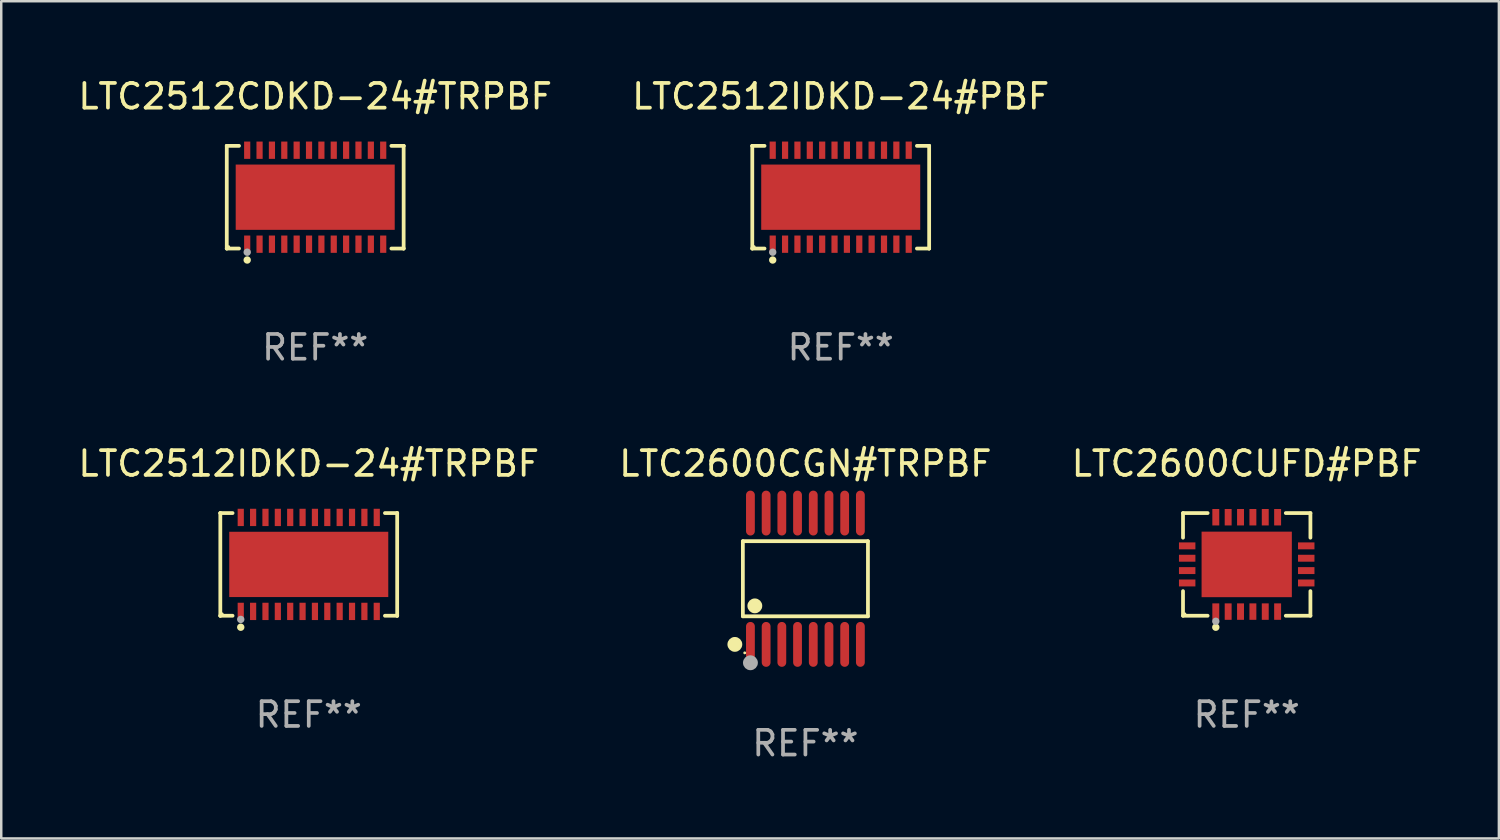
<source format=kicad_pcb>
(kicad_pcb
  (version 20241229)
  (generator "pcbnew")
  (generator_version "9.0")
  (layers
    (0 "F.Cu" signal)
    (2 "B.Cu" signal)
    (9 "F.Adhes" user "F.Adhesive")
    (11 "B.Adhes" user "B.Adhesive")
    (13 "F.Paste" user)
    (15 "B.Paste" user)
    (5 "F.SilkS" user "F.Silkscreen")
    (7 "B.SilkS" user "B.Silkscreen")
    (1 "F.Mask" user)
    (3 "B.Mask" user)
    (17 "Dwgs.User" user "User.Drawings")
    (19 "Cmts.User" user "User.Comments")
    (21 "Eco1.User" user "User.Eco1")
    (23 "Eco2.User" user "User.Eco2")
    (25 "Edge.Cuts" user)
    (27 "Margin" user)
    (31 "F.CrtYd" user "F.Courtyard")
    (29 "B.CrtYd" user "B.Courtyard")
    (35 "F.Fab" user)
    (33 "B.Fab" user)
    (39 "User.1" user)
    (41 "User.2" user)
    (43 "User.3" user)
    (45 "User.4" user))
  (footprint "LTC2600CUFD#PBF"
    (layer "F.Cu")
    (at 47.363 19.773)
    (property "Reference" "LTC2600CUFD#PBF" (at 0 -4.076 0) (layer "F.SilkS") (effects (font (size 1 1) (thickness 0.15))))
    (attr through_hole)
    (fp_line (start -2.576 -2.076) (end -1.58 -2.076) (stroke (width 0.152) (type solid)) (layer "F.SilkS"))
    (fp_line (start -2.576 -1.08) (end -2.576 -2.076) (stroke (width 0.152) (type solid)) (layer "F.SilkS"))
    (fp_line (start -2.576 1.08) (end -2.576 2.076) (stroke (width 0.152) (type solid)) (layer "F.SilkS"))
    (fp_line (start -2.576 2.076) (end -1.58 2.076) (stroke (width 0.152) (type solid)) (layer "F.SilkS"))
    (fp_line (start 2.576 -2.076) (end 1.58 -2.076) (stroke (width 0.152) (type solid)) (layer "F.SilkS"))
    (fp_line (start 2.576 -1.08) (end 2.576 -2.076) (stroke (width 0.152) (type solid)) (layer "F.SilkS"))
    (fp_line (start 2.576 1.08) (end 2.576 2.076) (stroke (width 0.152) (type solid)) (layer "F.SilkS"))
    (fp_line (start 2.576 2.076) (end 1.58 2.076) (stroke (width 0.152) (type solid)) (layer "F.SilkS"))
    (fp_circle (center -2.5 2) (end -2.47 2) (stroke (width 0.06) (type solid)) (fill no) (layer "F.SilkS"))
    (fp_circle (center -1.25 2.54) (end -1.175 2.54) (stroke (width 0.15) (type solid)) (fill no) (layer "F.SilkS"))
    (fp_circle (center -1.25 2.3) (end -1.175 2.3) (stroke (width 0.15) (type solid)) (fill no) (layer "F.Fab"))
    (fp_text user "REF**" (at 0 6.076 0) (layer "F.Fab") (effects (font (size 1 1) (thickness 0.15))))
    (pad "1" smd rect (at -1.25 1.908) (size 0.28 0.665) (layers "F.Cu" "F.Mask" "F.Paste"))
    (pad "2" smd rect (at -0.75 1.908) (size 0.28 0.665) (layers "F.Cu" "F.Mask" "F.Paste"))
    (pad "3" smd rect (at -0.25 1.908) (size 0.28 0.665) (layers "F.Cu" "F.Mask" "F.Paste"))
    (pad "4" smd rect (at 0.25 1.908) (size 0.28 0.665) (layers "F.Cu" "F.Mask" "F.Paste"))
    (pad "5" smd rect (at 0.75 1.908) (size 0.28 0.665) (layers "F.Cu" "F.Mask" "F.Paste"))
    (pad "6" smd rect (at 1.25 1.908) (size 0.28 0.665) (layers "F.Cu" "F.Mask" "F.Paste"))
    (pad "7" smd rect (at 2.407 0.75) (size 0.665 0.28) (layers "F.Cu" "F.Mask" "F.Paste"))
    (pad "8" smd rect (at 2.407 0.25) (size 0.665 0.28) (layers "F.Cu" "F.Mask" "F.Paste"))
    (pad "9" smd rect (at 2.407 -0.25) (size 0.665 0.28) (layers "F.Cu" "F.Mask" "F.Paste"))
    (pad "10" smd rect (at 2.407 -0.75) (size 0.665 0.28) (layers "F.Cu" "F.Mask" "F.Paste"))
    (pad "11" smd rect (at 1.25 -1.908) (size 0.28 0.665) (layers "F.Cu" "F.Mask" "F.Paste"))
    (pad "12" smd rect (at 0.75 -1.908) (size 0.28 0.665) (layers "F.Cu" "F.Mask" "F.Paste"))
    (pad "13" smd rect (at 0.25 -1.908) (size 0.28 0.665) (layers "F.Cu" "F.Mask" "F.Paste"))
    (pad "14" smd rect (at -0.25 -1.908) (size 0.28 0.665) (layers "F.Cu" "F.Mask" "F.Paste"))
    (pad "15" smd rect (at -0.75 -1.908) (size 0.28 0.665) (layers "F.Cu" "F.Mask" "F.Paste"))
    (pad "16" smd rect (at -1.25 -1.908) (size 0.28 0.665) (layers "F.Cu" "F.Mask" "F.Paste"))
    (pad "17" smd rect (at -2.407 -0.75) (size 0.665 0.28) (layers "F.Cu" "F.Mask" "F.Paste"))
    (pad "18" smd rect (at -2.407 -0.25) (size 0.665 0.28) (layers "F.Cu" "F.Mask" "F.Paste"))
    (pad "19" smd rect (at -2.407 0.25) (size 0.665 0.28) (layers "F.Cu" "F.Mask" "F.Paste"))
    (pad "20" smd rect (at -2.407 0.75) (size 0.665 0.28) (layers "F.Cu" "F.Mask" "F.Paste"))
    (pad "21" smd rect (at 0 0) (size 3.65 2.65) (layers "F.Cu" "F.Mask" "F.Paste")))
  (footprint "LTC2512CDKD-24#TRPBF"
    (layer "F.Cu")
    (at 9.696 4.924)
    (property "Reference" "LTC2512CDKD-24#TRPBF" (at 0 -4.076 0) (layer "F.SilkS") (effects (font (size 1 1) (thickness 0.15))))
    (attr through_hole)
    (fp_line (start -3.576 -2.076) (end -3.576 -2.076) (stroke (width 0.152) (type solid)) (layer "F.SilkS"))
    (fp_line (start -3.576 -2.076) (end -3.081 -2.076) (stroke (width 0.152) (type solid)) (layer "F.SilkS"))
    (fp_line (start -3.576 2.076) (end -3.576 -2.076) (stroke (width 0.152) (type solid)) (layer "F.SilkS"))
    (fp_line (start -3.576 2.076) (end -3.576 2.076) (stroke (width 0.152) (type solid)) (layer "F.SilkS"))
    (fp_line (start -3.081 2.076) (end -3.576 2.076) (stroke (width 0.152) (type solid)) (layer "F.SilkS"))
    (fp_line (start 3.081 2.076) (end 3.576 2.076) (stroke (width 0.152) (type solid)) (layer "F.SilkS"))
    (fp_line (start 3.576 -2.076) (end 3.081 -2.076) (stroke (width 0.152) (type solid)) (layer "F.SilkS"))
    (fp_line (start 3.576 -2.076) (end 3.576 -2.076) (stroke (width 0.152) (type solid)) (layer "F.SilkS"))
    (fp_line (start 3.576 2.076) (end 3.576 -2.076) (stroke (width 0.152) (type solid)) (layer "F.SilkS"))
    (fp_line (start 3.576 2.076) (end 3.576 2.076) (stroke (width 0.152) (type solid)) (layer "F.SilkS"))
    (fp_circle (center -3.5 2) (end -3.47 2) (stroke (width 0.06) (type solid)) (fill no) (layer "F.SilkS"))
    (fp_circle (center -2.75 2.54) (end -2.675 2.54) (stroke (width 0.15) (type solid)) (fill no) (layer "F.SilkS"))
    (fp_circle (center -2.75 2.224) (end -2.675 2.224) (stroke (width 0.15) (type solid)) (fill no) (layer "F.Fab"))
    (fp_text user "REF**" (at 0 6.076 0) (layer "F.Fab") (effects (font (size 1 1) (thickness 0.15))))
    (pad "1" smd rect (at -2.75 1.9) (size 0.25 0.7) (layers "F.Cu" "F.Mask" "F.Paste"))
    (pad "2" smd rect (at -2.25 1.9) (size 0.25 0.7) (layers "F.Cu" "F.Mask" "F.Paste"))
    (pad "3" smd rect (at -1.75 1.9) (size 0.25 0.7) (layers "F.Cu" "F.Mask" "F.Paste"))
    (pad "4" smd rect (at -1.25 1.9) (size 0.25 0.7) (layers "F.Cu" "F.Mask" "F.Paste"))
    (pad "5" smd rect (at -0.75 1.9) (size 0.25 0.7) (layers "F.Cu" "F.Mask" "F.Paste"))
    (pad "6" smd rect (at -0.25 1.9) (size 0.25 0.7) (layers "F.Cu" "F.Mask" "F.Paste"))
    (pad "7" smd rect (at 0.25 1.9) (size 0.25 0.7) (layers "F.Cu" "F.Mask" "F.Paste"))
    (pad "8" smd rect (at 0.75 1.9) (size 0.25 0.7) (layers "F.Cu" "F.Mask" "F.Paste"))
    (pad "9" smd rect (at 1.25 1.9) (size 0.25 0.7) (layers "F.Cu" "F.Mask" "F.Paste"))
    (pad "10" smd rect (at 1.75 1.9) (size 0.25 0.7) (layers "F.Cu" "F.Mask" "F.Paste"))
    (pad "11" smd rect (at 2.25 1.9) (size 0.25 0.7) (layers "F.Cu" "F.Mask" "F.Paste"))
    (pad "12" smd rect (at 2.75 1.9) (size 0.25 0.7) (layers "F.Cu" "F.Mask" "F.Paste"))
    (pad "13" smd rect (at 2.75 -1.9) (size 0.25 0.7) (layers "F.Cu" "F.Mask" "F.Paste"))
    (pad "14" smd rect (at 2.25 -1.9) (size 0.25 0.7) (layers "F.Cu" "F.Mask" "F.Paste"))
    (pad "15" smd rect (at 1.75 -1.9) (size 0.25 0.7) (layers "F.Cu" "F.Mask" "F.Paste"))
    (pad "16" smd rect (at 1.25 -1.9) (size 0.25 0.7) (layers "F.Cu" "F.Mask" "F.Paste"))
    (pad "17" smd rect (at 0.75 -1.9) (size 0.25 0.7) (layers "F.Cu" "F.Mask" "F.Paste"))
    (pad "18" smd rect (at 0.25 -1.9) (size 0.25 0.7) (layers "F.Cu" "F.Mask" "F.Paste"))
    (pad "19" smd rect (at -0.25 -1.9) (size 0.25 0.7) (layers "F.Cu" "F.Mask" "F.Paste"))
    (pad "20" smd rect (at -0.75 -1.9) (size 0.25 0.7) (layers "F.Cu" "F.Mask" "F.Paste"))
    (pad "21" smd rect (at -1.25 -1.9) (size 0.25 0.7) (layers "F.Cu" "F.Mask" "F.Paste"))
    (pad "22" smd rect (at -1.75 -1.9) (size 0.25 0.7) (layers "F.Cu" "F.Mask" "F.Paste"))
    (pad "23" smd rect (at -2.25 -1.9) (size 0.25 0.7) (layers "F.Cu" "F.Mask" "F.Paste"))
    (pad "24" smd rect (at -2.75 -1.9) (size 0.25 0.7) (layers "F.Cu" "F.Mask" "F.Paste"))
    (pad "25" smd rect (at 0 0) (size 6.43 2.64) (layers "F.Cu" "F.Mask" "F.Paste")))
  (footprint "LTC2512IDKD-24#PBF"
    (layer "F.Cu")
    (at 30.946 4.924)
    (property "Reference" "LTC2512IDKD-24#PBF" (at 0 -4.076 0) (layer "F.SilkS") (effects (font (size 1 1) (thickness 0.15))))
    (attr through_hole)
    (fp_line (start -3.576 -2.076) (end -3.576 -2.076) (stroke (width 0.152) (type solid)) (layer "F.SilkS"))
    (fp_line (start -3.576 -2.076) (end -3.081 -2.076) (stroke (width 0.152) (type solid)) (layer "F.SilkS"))
    (fp_line (start -3.576 2.076) (end -3.576 -2.076) (stroke (width 0.152) (type solid)) (layer "F.SilkS"))
    (fp_line (start -3.576 2.076) (end -3.576 2.076) (stroke (width 0.152) (type solid)) (layer "F.SilkS"))
    (fp_line (start -3.081 2.076) (end -3.576 2.076) (stroke (width 0.152) (type solid)) (layer "F.SilkS"))
    (fp_line (start 3.081 2.076) (end 3.576 2.076) (stroke (width 0.152) (type solid)) (layer "F.SilkS"))
    (fp_line (start 3.576 -2.076) (end 3.081 -2.076) (stroke (width 0.152) (type solid)) (layer "F.SilkS"))
    (fp_line (start 3.576 -2.076) (end 3.576 -2.076) (stroke (width 0.152) (type solid)) (layer "F.SilkS"))
    (fp_line (start 3.576 2.076) (end 3.576 -2.076) (stroke (width 0.152) (type solid)) (layer "F.SilkS"))
    (fp_line (start 3.576 2.076) (end 3.576 2.076) (stroke (width 0.152) (type solid)) (layer "F.SilkS"))
    (fp_circle (center -3.5 2) (end -3.47 2) (stroke (width 0.06) (type solid)) (fill no) (layer "F.SilkS"))
    (fp_circle (center -2.75 2.54) (end -2.675 2.54) (stroke (width 0.15) (type solid)) (fill no) (layer "F.SilkS"))
    (fp_circle (center -2.75 2.224) (end -2.675 2.224) (stroke (width 0.15) (type solid)) (fill no) (layer "F.Fab"))
    (fp_text user "REF**" (at 0 6.076 0) (layer "F.Fab") (effects (font (size 1 1) (thickness 0.15))))
    (pad "1" smd rect (at -2.75 1.9) (size 0.25 0.7) (layers "F.Cu" "F.Mask" "F.Paste"))
    (pad "2" smd rect (at -2.25 1.9) (size 0.25 0.7) (layers "F.Cu" "F.Mask" "F.Paste"))
    (pad "3" smd rect (at -1.75 1.9) (size 0.25 0.7) (layers "F.Cu" "F.Mask" "F.Paste"))
    (pad "4" smd rect (at -1.25 1.9) (size 0.25 0.7) (layers "F.Cu" "F.Mask" "F.Paste"))
    (pad "5" smd rect (at -0.75 1.9) (size 0.25 0.7) (layers "F.Cu" "F.Mask" "F.Paste"))
    (pad "6" smd rect (at -0.25 1.9) (size 0.25 0.7) (layers "F.Cu" "F.Mask" "F.Paste"))
    (pad "7" smd rect (at 0.25 1.9) (size 0.25 0.7) (layers "F.Cu" "F.Mask" "F.Paste"))
    (pad "8" smd rect (at 0.75 1.9) (size 0.25 0.7) (layers "F.Cu" "F.Mask" "F.Paste"))
    (pad "9" smd rect (at 1.25 1.9) (size 0.25 0.7) (layers "F.Cu" "F.Mask" "F.Paste"))
    (pad "10" smd rect (at 1.75 1.9) (size 0.25 0.7) (layers "F.Cu" "F.Mask" "F.Paste"))
    (pad "11" smd rect (at 2.25 1.9) (size 0.25 0.7) (layers "F.Cu" "F.Mask" "F.Paste"))
    (pad "12" smd rect (at 2.75 1.9) (size 0.25 0.7) (layers "F.Cu" "F.Mask" "F.Paste"))
    (pad "13" smd rect (at 2.75 -1.9) (size 0.25 0.7) (layers "F.Cu" "F.Mask" "F.Paste"))
    (pad "14" smd rect (at 2.25 -1.9) (size 0.25 0.7) (layers "F.Cu" "F.Mask" "F.Paste"))
    (pad "15" smd rect (at 1.75 -1.9) (size 0.25 0.7) (layers "F.Cu" "F.Mask" "F.Paste"))
    (pad "16" smd rect (at 1.25 -1.9) (size 0.25 0.7) (layers "F.Cu" "F.Mask" "F.Paste"))
    (pad "17" smd rect (at 0.75 -1.9) (size 0.25 0.7) (layers "F.Cu" "F.Mask" "F.Paste"))
    (pad "18" smd rect (at 0.25 -1.9) (size 0.25 0.7) (layers "F.Cu" "F.Mask" "F.Paste"))
    (pad "19" smd rect (at -0.25 -1.9) (size 0.25 0.7) (layers "F.Cu" "F.Mask" "F.Paste"))
    (pad "20" smd rect (at -0.75 -1.9) (size 0.25 0.7) (layers "F.Cu" "F.Mask" "F.Paste"))
    (pad "21" smd rect (at -1.25 -1.9) (size 0.25 0.7) (layers "F.Cu" "F.Mask" "F.Paste"))
    (pad "22" smd rect (at -1.75 -1.9) (size 0.25 0.7) (layers "F.Cu" "F.Mask" "F.Paste"))
    (pad "23" smd rect (at -2.25 -1.9) (size 0.25 0.7) (layers "F.Cu" "F.Mask" "F.Paste"))
    (pad "24" smd rect (at -2.75 -1.9) (size 0.25 0.7) (layers "F.Cu" "F.Mask" "F.Paste"))
    (pad "25" smd rect (at 0 0) (size 6.43 2.64) (layers "F.Cu" "F.Mask" "F.Paste")))
  (footprint "LTC2512IDKD-24#TRPBF"
    (layer "F.Cu")
    (at 9.435 19.773)
    (property "Reference" "LTC2512IDKD-24#TRPBF" (at 0 -4.076 0) (layer "F.SilkS") (effects (font (size 1 1) (thickness 0.15))))
    (attr through_hole)
    (fp_line (start -3.576 -2.076) (end -3.576 -2.076) (stroke (width 0.152) (type solid)) (layer "F.SilkS"))
    (fp_line (start -3.576 -2.076) (end -3.081 -2.076) (stroke (width 0.152) (type solid)) (layer "F.SilkS"))
    (fp_line (start -3.576 2.076) (end -3.576 -2.076) (stroke (width 0.152) (type solid)) (layer "F.SilkS"))
    (fp_line (start -3.576 2.076) (end -3.576 2.076) (stroke (width 0.152) (type solid)) (layer "F.SilkS"))
    (fp_line (start -3.081 2.076) (end -3.576 2.076) (stroke (width 0.152) (type solid)) (layer "F.SilkS"))
    (fp_line (start 3.081 2.076) (end 3.576 2.076) (stroke (width 0.152) (type solid)) (layer "F.SilkS"))
    (fp_line (start 3.576 -2.076) (end 3.081 -2.076) (stroke (width 0.152) (type solid)) (layer "F.SilkS"))
    (fp_line (start 3.576 -2.076) (end 3.576 -2.076) (stroke (width 0.152) (type solid)) (layer "F.SilkS"))
    (fp_line (start 3.576 2.076) (end 3.576 -2.076) (stroke (width 0.152) (type solid)) (layer "F.SilkS"))
    (fp_line (start 3.576 2.076) (end 3.576 2.076) (stroke (width 0.152) (type solid)) (layer "F.SilkS"))
    (fp_circle (center -3.5 2) (end -3.47 2) (stroke (width 0.06) (type solid)) (fill no) (layer "F.SilkS"))
    (fp_circle (center -2.75 2.54) (end -2.675 2.54) (stroke (width 0.15) (type solid)) (fill no) (layer "F.SilkS"))
    (fp_circle (center -2.75 2.224) (end -2.675 2.224) (stroke (width 0.15) (type solid)) (fill no) (layer "F.Fab"))
    (fp_text user "REF**" (at 0 6.076 0) (layer "F.Fab") (effects (font (size 1 1) (thickness 0.15))))
    (pad "1" smd rect (at -2.75 1.9) (size 0.25 0.7) (layers "F.Cu" "F.Mask" "F.Paste"))
    (pad "2" smd rect (at -2.25 1.9) (size 0.25 0.7) (layers "F.Cu" "F.Mask" "F.Paste"))
    (pad "3" smd rect (at -1.75 1.9) (size 0.25 0.7) (layers "F.Cu" "F.Mask" "F.Paste"))
    (pad "4" smd rect (at -1.25 1.9) (size 0.25 0.7) (layers "F.Cu" "F.Mask" "F.Paste"))
    (pad "5" smd rect (at -0.75 1.9) (size 0.25 0.7) (layers "F.Cu" "F.Mask" "F.Paste"))
    (pad "6" smd rect (at -0.25 1.9) (size 0.25 0.7) (layers "F.Cu" "F.Mask" "F.Paste"))
    (pad "7" smd rect (at 0.25 1.9) (size 0.25 0.7) (layers "F.Cu" "F.Mask" "F.Paste"))
    (pad "8" smd rect (at 0.75 1.9) (size 0.25 0.7) (layers "F.Cu" "F.Mask" "F.Paste"))
    (pad "9" smd rect (at 1.25 1.9) (size 0.25 0.7) (layers "F.Cu" "F.Mask" "F.Paste"))
    (pad "10" smd rect (at 1.75 1.9) (size 0.25 0.7) (layers "F.Cu" "F.Mask" "F.Paste"))
    (pad "11" smd rect (at 2.25 1.9) (size 0.25 0.7) (layers "F.Cu" "F.Mask" "F.Paste"))
    (pad "12" smd rect (at 2.75 1.9) (size 0.25 0.7) (layers "F.Cu" "F.Mask" "F.Paste"))
    (pad "13" smd rect (at 2.75 -1.9) (size 0.25 0.7) (layers "F.Cu" "F.Mask" "F.Paste"))
    (pad "14" smd rect (at 2.25 -1.9) (size 0.25 0.7) (layers "F.Cu" "F.Mask" "F.Paste"))
    (pad "15" smd rect (at 1.75 -1.9) (size 0.25 0.7) (layers "F.Cu" "F.Mask" "F.Paste"))
    (pad "16" smd rect (at 1.25 -1.9) (size 0.25 0.7) (layers "F.Cu" "F.Mask" "F.Paste"))
    (pad "17" smd rect (at 0.75 -1.9) (size 0.25 0.7) (layers "F.Cu" "F.Mask" "F.Paste"))
    (pad "18" smd rect (at 0.25 -1.9) (size 0.25 0.7) (layers "F.Cu" "F.Mask" "F.Paste"))
    (pad "19" smd rect (at -0.25 -1.9) (size 0.25 0.7) (layers "F.Cu" "F.Mask" "F.Paste"))
    (pad "20" smd rect (at -0.75 -1.9) (size 0.25 0.7) (layers "F.Cu" "F.Mask" "F.Paste"))
    (pad "21" smd rect (at -1.25 -1.9) (size 0.25 0.7) (layers "F.Cu" "F.Mask" "F.Paste"))
    (pad "22" smd rect (at -1.75 -1.9) (size 0.25 0.7) (layers "F.Cu" "F.Mask" "F.Paste"))
    (pad "23" smd rect (at -2.25 -1.9) (size 0.25 0.7) (layers "F.Cu" "F.Mask" "F.Paste"))
    (pad "24" smd rect (at -2.75 -1.9) (size 0.25 0.7) (layers "F.Cu" "F.Mask" "F.Paste"))
    (pad "25" smd rect (at 0 0) (size 6.43 2.64) (layers "F.Cu" "F.Mask" "F.Paste")))
  (footprint "LTC2600CGN#TRPBF"
    (layer "F.Cu")
    (at 29.518 20.352)
    (property "Reference" "LTC2600CGN#TRPBF" (at 0 -4.655 0) (layer "F.SilkS") (effects (font (size 1 1) (thickness 0.15))))
    (attr through_hole)
    (fp_line (start -2.529 -1.519) (end 2.529 -1.519) (stroke (width 0.152) (type solid)) (layer "F.SilkS"))
    (fp_line (start -2.529 1.519) (end -2.529 -1.519) (stroke (width 0.152) (type solid)) (layer "F.SilkS"))
    (fp_line (start 2.529 -1.519) (end 2.529 1.519) (stroke (width 0.152) (type solid)) (layer "F.SilkS"))
    (fp_line (start 2.529 1.519) (end -2.529 1.519) (stroke (width 0.152) (type solid)) (layer "F.SilkS"))
    (fp_circle (center -2.853 2.655) (end -2.703 2.655) (stroke (width 0.3) (type solid)) (fill no) (layer "F.SilkS"))
    (fp_circle (center -2.453 2.998) (end -2.423 2.998) (stroke (width 0.06) (type solid)) (fill no) (layer "F.SilkS"))
    (fp_circle (center -2.045 1.097) (end -1.895 1.097) (stroke (width 0.3) (type solid)) (fill no) (layer "F.SilkS"))
    (fp_circle (center -2.223 3.398) (end -2.072 3.398) (stroke (width 0.3) (type solid)) (fill no) (layer "F.Fab"))
    (fp_text user "REF**" (at 0 6.655 0) (layer "F.Fab") (effects (font (size 1 1) (thickness 0.15))))
    (pad "1" smd oval (at -2.223 2.655) (size 0.356 1.815) (layers "F.Cu" "F.Mask" "F.Paste"))
    (pad "2" smd oval (at -1.588 2.655) (size 0.356 1.815) (layers "F.Cu" "F.Mask" "F.Paste"))
    (pad "3" smd oval (at -0.953 2.655) (size 0.356 1.815) (layers "F.Cu" "F.Mask" "F.Paste"))
    (pad "4" smd oval (at -0.318 2.655) (size 0.356 1.815) (layers "F.Cu" "F.Mask" "F.Paste"))
    (pad "5" smd oval (at 0.318 2.655) (size 0.356 1.815) (layers "F.Cu" "F.Mask" "F.Paste"))
    (pad "6" smd oval (at 0.953 2.655) (size 0.356 1.815) (layers "F.Cu" "F.Mask" "F.Paste"))
    (pad "7" smd oval (at 1.588 2.655) (size 0.356 1.815) (layers "F.Cu" "F.Mask" "F.Paste"))
    (pad "8" smd oval (at 2.223 2.655) (size 0.356 1.815) (layers "F.Cu" "F.Mask" "F.Paste"))
    (pad "9" smd oval (at 2.223 -2.655) (size 0.356 1.815) (layers "F.Cu" "F.Mask" "F.Paste"))
    (pad "10" smd oval (at 1.588 -2.655) (size 0.356 1.815) (layers "F.Cu" "F.Mask" "F.Paste"))
    (pad "11" smd oval (at 0.953 -2.655) (size 0.356 1.815) (layers "F.Cu" "F.Mask" "F.Paste"))
    (pad "12" smd oval (at 0.318 -2.655) (size 0.356 1.815) (layers "F.Cu" "F.Mask" "F.Paste"))
    (pad "13" smd oval (at -0.318 -2.655) (size 0.356 1.815) (layers "F.Cu" "F.Mask" "F.Paste"))
    (pad "14" smd oval (at -0.953 -2.655) (size 0.356 1.815) (layers "F.Cu" "F.Mask" "F.Paste"))
    (pad "15" smd oval (at -1.588 -2.655) (size 0.356 1.815) (layers "F.Cu" "F.Mask" "F.Paste"))
    (pad "16" smd oval (at -2.223 -2.655) (size 0.356 1.815) (layers "F.Cu" "F.Mask" "F.Paste")))
  (gr_rect
    (start -3 -3)
    (end 57.56 30.855)
    (stroke (width 0.1) (type default))
    (fill no)
    (layer "Edge.Cuts")))
</source>
